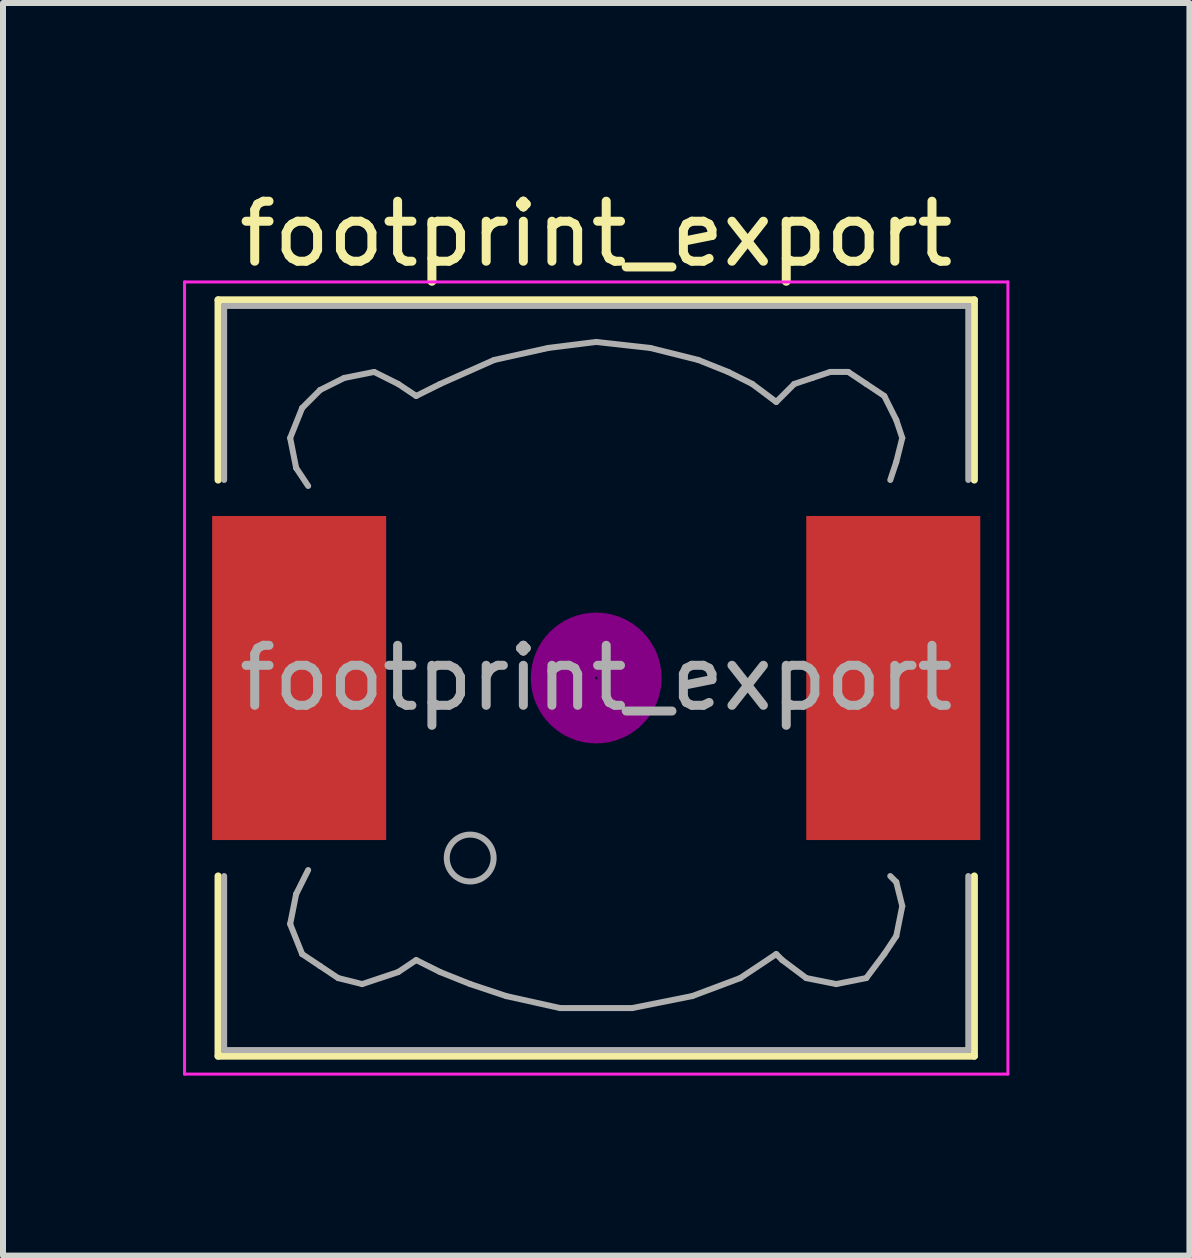
<source format=kicad_pcb>
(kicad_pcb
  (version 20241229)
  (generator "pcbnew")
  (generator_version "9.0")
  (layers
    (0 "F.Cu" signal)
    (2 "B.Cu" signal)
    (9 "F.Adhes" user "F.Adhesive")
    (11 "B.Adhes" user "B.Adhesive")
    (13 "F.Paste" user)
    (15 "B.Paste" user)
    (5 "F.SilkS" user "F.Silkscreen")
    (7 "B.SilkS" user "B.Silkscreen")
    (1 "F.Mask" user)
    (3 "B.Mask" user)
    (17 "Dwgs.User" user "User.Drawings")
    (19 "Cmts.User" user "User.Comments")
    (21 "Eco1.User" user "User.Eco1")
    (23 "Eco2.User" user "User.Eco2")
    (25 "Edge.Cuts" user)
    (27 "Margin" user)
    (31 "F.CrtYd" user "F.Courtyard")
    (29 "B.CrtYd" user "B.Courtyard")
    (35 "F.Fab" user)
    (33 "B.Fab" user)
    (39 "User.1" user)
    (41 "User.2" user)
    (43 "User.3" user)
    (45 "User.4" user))
  (footprint "footprint_export"
    (layer "F.Cu")
    (at 6.885 8.248)
    (property "Reference" "footprint_export" (at 0 -7.4 0) (layer "F.SilkS") (effects (font (size 1 1) (thickness 0.15))))
    (attr smd)
    (fp_line (start -6.3 -6.3) (end 6.3 -6.3) (stroke (width 0.12) (type solid)) (layer "F.SilkS"))
    (fp_line (start -6.3 -3.3) (end -6.3 -6.3) (stroke (width 0.12) (type solid)) (layer "F.SilkS"))
    (fp_line (start -6.3 6.3) (end -6.3 3.3) (stroke (width 0.12) (type solid)) (layer "F.SilkS"))
    (fp_line (start 6.3 -6.3) (end 6.3 -3.3) (stroke (width 0.12) (type solid)) (layer "F.SilkS"))
    (fp_line (start 6.3 3.3) (end 6.3 6.3) (stroke (width 0.12) (type solid)) (layer "F.SilkS"))
    (fp_line (start 6.3 6.3) (end -6.3 6.3) (stroke (width 0.12) (type solid)) (layer "F.SilkS"))
    (fp_circle (center 0 0) (end 0.15 0.15) (stroke (width 0.38) (type solid)) (fill no) (layer "F.Adhes"))
    (fp_circle (center 0 0) (end 0.55 0) (stroke (width 0.38) (type solid)) (fill no) (layer "F.Adhes"))
    (fp_circle (center 0 0) (end 0.9 0) (stroke (width 0.38) (type solid)) (fill no) (layer "F.Adhes"))
    (fp_line (start -6.86 -6.6) (end 6.86 -6.6) (stroke (width 0.05) (type solid)) (layer "F.CrtYd"))
    (fp_line (start -6.86 6.6) (end -6.86 -6.6) (stroke (width 0.05) (type solid)) (layer "F.CrtYd"))
    (fp_line (start 6.86 -6.6) (end 6.86 6.6) (stroke (width 0.05) (type solid)) (layer "F.CrtYd"))
    (fp_line (start 6.86 6.6) (end -6.86 6.6) (stroke (width 0.05) (type solid)) (layer "F.CrtYd"))
    (fp_line (start -6.2 -6.2) (end -6.2 -3.3) (stroke (width 0.1) (type solid)) (layer "F.Fab"))
    (fp_line (start -6.2 3.3) (end -6.2 6.2) (stroke (width 0.1) (type solid)) (layer "F.Fab"))
    (fp_line (start -6.2 6.2) (end 6.2 6.2) (stroke (width 0.1) (type solid)) (layer "F.Fab"))
    (fp_line (start -5.1 -4) (end -5 -3.5) (stroke (width 0.1) (type solid)) (layer "F.Fab"))
    (fp_line (start -5.1 4.1) (end -5 3.6) (stroke (width 0.1) (type solid)) (layer "F.Fab"))
    (fp_line (start -5 -3.5) (end -4.8 -3.2) (stroke (width 0.1) (type solid)) (layer "F.Fab"))
    (fp_line (start -5 3.6) (end -4.8 3.2) (stroke (width 0.1) (type solid)) (layer "F.Fab"))
    (fp_line (start -4.9 -4.5) (end -5.1 -4) (stroke (width 0.1) (type solid)) (layer "F.Fab"))
    (fp_line (start -4.9 4.6) (end -5.1 4.1) (stroke (width 0.1) (type solid)) (layer "F.Fab"))
    (fp_line (start -4.6 -4.8) (end -4.9 -4.5) (stroke (width 0.1) (type solid)) (layer "F.Fab"))
    (fp_line (start -4.6 4.8) (end -4.9 4.6) (stroke (width 0.1) (type solid)) (layer "F.Fab"))
    (fp_line (start -4.3 5) (end -4.6 4.8) (stroke (width 0.1) (type solid)) (layer "F.Fab"))
    (fp_line (start -4.2 -5) (end -4.6 -4.8) (stroke (width 0.1) (type solid)) (layer "F.Fab"))
    (fp_line (start -3.9 5.1) (end -4.3 5) (stroke (width 0.1) (type solid)) (layer "F.Fab"))
    (fp_line (start -3.7 -5.1) (end -4.2 -5) (stroke (width 0.1) (type solid)) (layer "F.Fab"))
    (fp_line (start -3.3 -4.9) (end -3.7 -5.1) (stroke (width 0.1) (type solid)) (layer "F.Fab"))
    (fp_line (start -3.3 4.9) (end -3.9 5.1) (stroke (width 0.1) (type solid)) (layer "F.Fab"))
    (fp_line (start -3 -4.7) (end -3.3 -4.9) (stroke (width 0.1) (type solid)) (layer "F.Fab"))
    (fp_line (start -3 4.7) (end -3.3 4.9) (stroke (width 0.1) (type solid)) (layer "F.Fab"))
    (fp_line (start -2.6 -4.9) (end -3 -4.7) (stroke (width 0.1) (type solid)) (layer "F.Fab"))
    (fp_line (start -2.6 4.9) (end -3 4.7) (stroke (width 0.1) (type solid)) (layer "F.Fab"))
    (fp_line (start -2.1 5.1) (end -2.6 4.9) (stroke (width 0.1) (type solid)) (layer "F.Fab"))
    (fp_line (start -1.7 -5.3) (end -2.6 -4.9) (stroke (width 0.1) (type solid)) (layer "F.Fab"))
    (fp_line (start -1.5 5.3) (end -2.1 5.1) (stroke (width 0.1) (type solid)) (layer "F.Fab"))
    (fp_line (start -0.8 -5.5) (end -1.7 -5.3) (stroke (width 0.1) (type solid)) (layer "F.Fab"))
    (fp_line (start -0.6 5.5) (end -1.5 5.3) (stroke (width 0.1) (type solid)) (layer "F.Fab"))
    (fp_line (start 0 -5.6) (end -0.8 -5.5) (stroke (width 0.1) (type solid)) (layer "F.Fab"))
    (fp_line (start 0.6 5.5) (end -0.6 5.5) (stroke (width 0.1) (type solid)) (layer "F.Fab"))
    (fp_line (start 0.9 -5.5) (end 0 -5.6) (stroke (width 0.1) (type solid)) (layer "F.Fab"))
    (fp_line (start 1.6 5.3) (end 0.6 5.5) (stroke (width 0.1) (type solid)) (layer "F.Fab"))
    (fp_line (start 1.7 -5.3) (end 0.9 -5.5) (stroke (width 0.1) (type solid)) (layer "F.Fab"))
    (fp_line (start 2.2 -5.1) (end 1.7 -5.3) (stroke (width 0.1) (type solid)) (layer "F.Fab"))
    (fp_line (start 2.4 5) (end 1.6 5.3) (stroke (width 0.1) (type solid)) (layer "F.Fab"))
    (fp_line (start 2.6 -4.9) (end 2.2 -5.1) (stroke (width 0.1) (type solid)) (layer "F.Fab"))
    (fp_line (start 3 -4.6) (end 2.6 -4.9) (stroke (width 0.1) (type solid)) (layer "F.Fab"))
    (fp_line (start 3 4.6) (end 2.4 5) (stroke (width 0.1) (type solid)) (layer "F.Fab"))
    (fp_line (start 3.1 4.7) (end 3 4.6) (stroke (width 0.1) (type solid)) (layer "F.Fab"))
    (fp_line (start 3.3 -4.9) (end 3 -4.6) (stroke (width 0.1) (type solid)) (layer "F.Fab"))
    (fp_line (start 3.5 5) (end 3.1 4.7) (stroke (width 0.1) (type solid)) (layer "F.Fab"))
    (fp_line (start 3.6 -5) (end 3.3 -4.9) (stroke (width 0.1) (type solid)) (layer "F.Fab"))
    (fp_line (start 3.9 -5.1) (end 3.6 -5) (stroke (width 0.1) (type solid)) (layer "F.Fab"))
    (fp_line (start 4 5.1) (end 3.5 5) (stroke (width 0.1) (type solid)) (layer "F.Fab"))
    (fp_line (start 4.2 -5.1) (end 3.9 -5.1) (stroke (width 0.1) (type solid)) (layer "F.Fab"))
    (fp_line (start 4.5 -4.9) (end 4.2 -5.1) (stroke (width 0.1) (type solid)) (layer "F.Fab"))
    (fp_line (start 4.5 5) (end 4 5.1) (stroke (width 0.1) (type solid)) (layer "F.Fab"))
    (fp_line (start 4.8 -4.7) (end 4.5 -4.9) (stroke (width 0.1) (type solid)) (layer "F.Fab"))
    (fp_line (start 4.8 4.6) (end 4.5 5) (stroke (width 0.1) (type solid)) (layer "F.Fab"))
    (fp_line (start 4.9 -3.3) (end 5 -3.6) (stroke (width 0.1) (type solid)) (layer "F.Fab"))
    (fp_line (start 4.9 3.3) (end 5 3.4) (stroke (width 0.1) (type solid)) (layer "F.Fab"))
    (fp_line (start 5 -4.3) (end 4.8 -4.7) (stroke (width 0.1) (type solid)) (layer "F.Fab"))
    (fp_line (start 5 -3.6) (end 5.1 -4) (stroke (width 0.1) (type solid)) (layer "F.Fab"))
    (fp_line (start 5 3.4) (end 5.1 3.8) (stroke (width 0.1) (type solid)) (layer "F.Fab"))
    (fp_line (start 5 4.3) (end 4.8 4.6) (stroke (width 0.1) (type solid)) (layer "F.Fab"))
    (fp_line (start 5.1 -4) (end 5 -4.3) (stroke (width 0.1) (type solid)) (layer "F.Fab"))
    (fp_line (start 5.1 3.8) (end 5 4.3) (stroke (width 0.1) (type solid)) (layer "F.Fab"))
    (fp_line (start 6.2 -6.2) (end -6.2 -6.2) (stroke (width 0.1) (type solid)) (layer "F.Fab"))
    (fp_line (start 6.2 -6.2) (end 6.2 -3.3) (stroke (width 0.1) (type solid)) (layer "F.Fab"))
    (fp_line (start 6.2 6.2) (end 6.2 3.3) (stroke (width 0.1) (type solid)) (layer "F.Fab"))
    (fp_circle (center -2.1 3) (end -1.8 3.25) (stroke (width 0.1) (type solid)) (fill no) (layer "F.Fab"))
    (fp_text user "${REFERENCE}" (at 0 0 0) (layer "F.Fab") (effects (font (size 1 1) (thickness 0.15))))
    (pad "1" smd rect (at -4.95 0) (size 2.9 5.4) (layers "F.Cu" "F.Mask" "F.Paste"))
    (pad "2" smd rect (at 4.95 0) (size 2.9 5.4) (layers "F.Cu" "F.Mask" "F.Paste")))
  (gr_rect
    (start -3 -3)
    (end 16.77 17.873)
    (stroke (width 0.1) (type default))
    (fill no)
    (layer "Edge.Cuts")))
</source>
